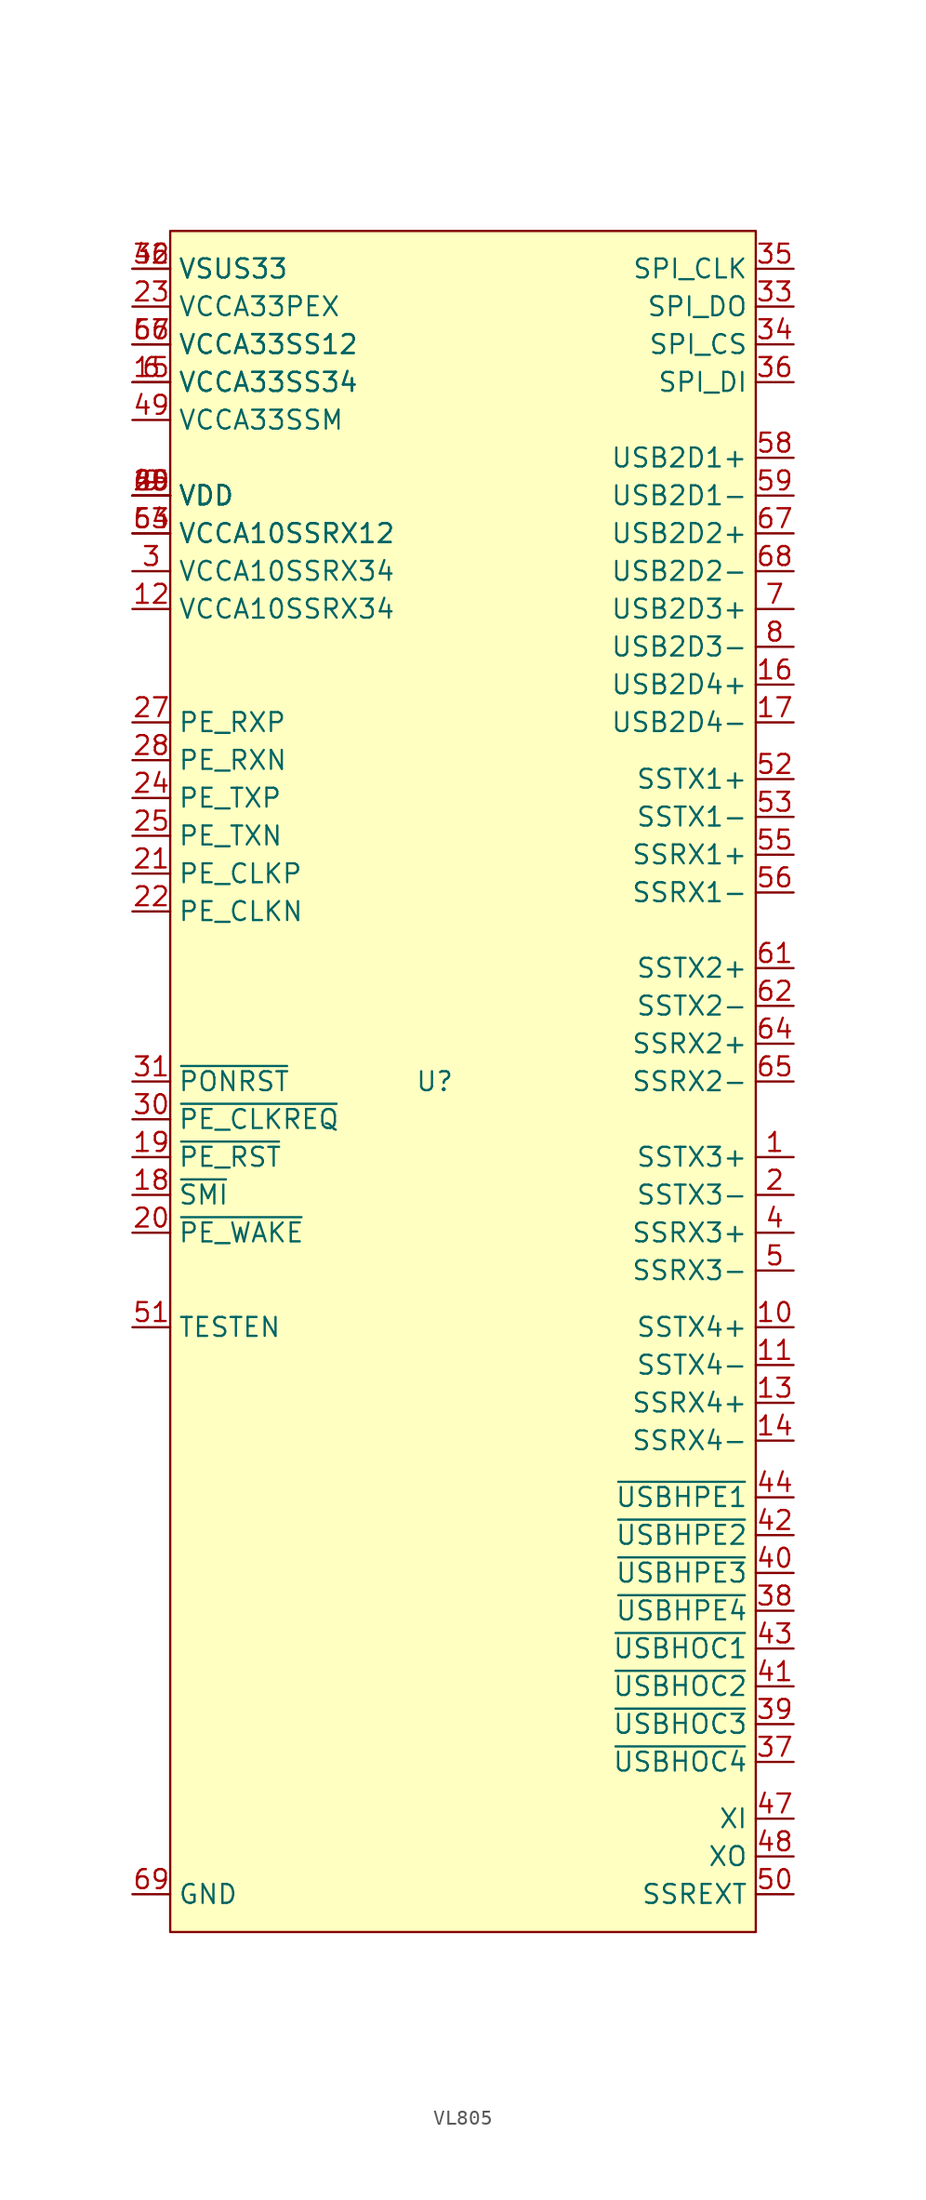
<source format=kicad_sym>
(kicad_symbol_lib
  (version 20231120)
  (generator "kicad_symbol_editor")
  (generator_version "8.0")
  (symbol "VL805"
    (property "Reference" "U"
      (at 0 0 0)
      (effects (font (size 1.27 1.27))))
    (property "Value" ""
      (at 0 0 0)
      (effects (font (size 1.27 1.27))))
    (symbol "VL805_1_1"
      (rectangle (start -17.78 57.15) (end 21.59 -57.15) (stroke (width 0.152) (type default)) (fill (type background)))
      (pin input line (at 24.13 -5.08 180) (length 2.54) (name "SSTX3+" (effects (font (size 1.27 1.27)))) (number "1" (effects (font (size 1.27 1.27)))))
      (pin input line (at 24.13 -16.51 180) (length 2.54) (name "SSTX4+" (effects (font (size 1.27 1.27)))) (number "10" (effects (font (size 1.27 1.27)))))
      (pin input line (at 24.13 -19.05 180) (length 2.54) (name "SSTX4-" (effects (font (size 1.27 1.27)))) (number "11" (effects (font (size 1.27 1.27)))))
      (pin input line (at -20.32 31.75 0) (length 2.54) (name "VCCA10SSRX34" (effects (font (size 1.27 1.27)))) (number "12" (effects (font (size 1.27 1.27)))))
      (pin input line (at 24.13 -21.59 180) (length 2.54) (name "SSRX4+" (effects (font (size 1.27 1.27)))) (number "13" (effects (font (size 1.27 1.27)))))
      (pin input line (at 24.13 -24.13 180) (length 2.54) (name "SSRX4-" (effects (font (size 1.27 1.27)))) (number "14" (effects (font (size 1.27 1.27)))))
      (pin input line (at -20.32 46.99 0) (length 2.54) (name "VCCA33SS34" (effects (font (size 1.27 1.27)))) (number "15" (effects (font (size 1.27 1.27)))))
      (pin input line (at 24.13 26.67 180) (length 2.54) (name "USB2D4+" (effects (font (size 1.27 1.27)))) (number "16" (effects (font (size 1.27 1.27)))))
      (pin input line (at 24.13 24.13 180) (length 2.54) (name "USB2D4-" (effects (font (size 1.27 1.27)))) (number "17" (effects (font (size 1.27 1.27)))))
      (pin input line (at -20.32 -7.62 0) (length 2.54) (name "~{SMI}" (effects (font (size 1.27 1.27)))) (number "18" (effects (font (size 1.27 1.27)))))
      (pin input line (at -20.32 -5.08 0) (length 2.54) (name "~{PE_RST}" (effects (font (size 1.27 1.27)))) (number "19" (effects (font (size 1.27 1.27)))))
      (pin input line (at 24.13 -7.62 180) (length 2.54) (name "SSTX3-" (effects (font (size 1.27 1.27)))) (number "2" (effects (font (size 1.27 1.27)))))
      (pin input line (at -20.32 -10.16 0) (length 2.54) (name "~{PE_WAKE}" (effects (font (size 1.27 1.27)))) (number "20" (effects (font (size 1.27 1.27)))))
      (pin input line (at -20.32 13.97 0) (length 2.54) (name "PE_CLKP" (effects (font (size 1.27 1.27)))) (number "21" (effects (font (size 1.27 1.27)))))
      (pin input line (at -20.32 11.43 0) (length 2.54) (name "PE_CLKN" (effects (font (size 1.27 1.27)))) (number "22" (effects (font (size 1.27 1.27)))))
      (pin input line (at -20.32 52.07 0) (length 2.54) (name "VCCA33PEX" (effects (font (size 1.27 1.27)))) (number "23" (effects (font (size 1.27 1.27)))))
      (pin input line (at -20.32 19.05 0) (length 2.54) (name "PE_TXP" (effects (font (size 1.27 1.27)))) (number "24" (effects (font (size 1.27 1.27)))))
      (pin input line (at -20.32 16.51 0) (length 2.54) (name "PE_TXN" (effects (font (size 1.27 1.27)))) (number "25" (effects (font (size 1.27 1.27)))))
      (pin input line (at -20.32 24.13 0) (length 2.54) (name "PE_RXP" (effects (font (size 1.27 1.27)))) (number "27" (effects (font (size 1.27 1.27)))))
      (pin input line (at -20.32 21.59 0) (length 2.54) (name "PE_RXN" (effects (font (size 1.27 1.27)))) (number "28" (effects (font (size 1.27 1.27)))))
      (pin input line (at -20.32 39.37 0) (length 2.54) (name "VDD" (effects (font (size 1.27 1.27)))) (number "29" (effects (font (size 1.27 1.27)))))
      (pin input line (at -20.32 34.29 0) (length 2.54) (name "VCCA10SSRX34" (effects (font (size 1.27 1.27)))) (number "3" (effects (font (size 1.27 1.27)))))
      (pin input line (at -20.32 -2.54 0) (length 2.54) (name "~{PE_CLKREQ}" (effects (font (size 1.27 1.27)))) (number "30" (effects (font (size 1.27 1.27)))))
      (pin input line (at -20.32 0 0) (length 2.54) (name "~{PONRST}" (effects (font (size 1.27 1.27)))) (number "31" (effects (font (size 1.27 1.27)))))
      (pin input line (at -20.32 54.61 0) (length 2.54) (name "VSUS33" (effects (font (size 1.27 1.27)))) (number "32" (effects (font (size 1.27 1.27)))))
      (pin input line (at 24.13 52.07 180) (length 2.54) (name "SPI_DO" (effects (font (size 1.27 1.27)))) (number "33" (effects (font (size 1.27 1.27)))))
      (pin input line (at 24.13 49.53 180) (length 2.54) (name "SPI_CS" (effects (font (size 1.27 1.27)))) (number "34" (effects (font (size 1.27 1.27)))))
      (pin input line (at 24.13 54.61 180) (length 2.54) (name "SPI_CLK" (effects (font (size 1.27 1.27)))) (number "35" (effects (font (size 1.27 1.27)))))
      (pin input line (at 24.13 46.99 180) (length 2.54) (name "SPI_DI" (effects (font (size 1.27 1.27)))) (number "36" (effects (font (size 1.27 1.27)))))
      (pin input line (at 24.13 -45.72 180) (length 2.54) (name "~{USBHOC4}" (effects (font (size 1.27 1.27)))) (number "37" (effects (font (size 1.27 1.27)))))
      (pin input line (at 24.13 -35.56 180) (length 2.54) (name "~{USBHPE4}" (effects (font (size 1.27 1.27)))) (number "38" (effects (font (size 1.27 1.27)))))
      (pin input line (at 24.13 -43.18 180) (length 2.54) (name "~{USBHOC3}" (effects (font (size 1.27 1.27)))) (number "39" (effects (font (size 1.27 1.27)))))
      (pin input line (at 24.13 -10.16 180) (length 2.54) (name "SSRX3+" (effects (font (size 1.27 1.27)))) (number "4" (effects (font (size 1.27 1.27)))))
      (pin input line (at 24.13 -33.02 180) (length 2.54) (name "~{USBHPE3}" (effects (font (size 1.27 1.27)))) (number "40" (effects (font (size 1.27 1.27)))))
      (pin input line (at 24.13 -40.64 180) (length 2.54) (name "~{USBHOC2}" (effects (font (size 1.27 1.27)))) (number "41" (effects (font (size 1.27 1.27)))))
      (pin input line (at 24.13 -30.48 180) (length 2.54) (name "~{USBHPE2}" (effects (font (size 1.27 1.27)))) (number "42" (effects (font (size 1.27 1.27)))))
      (pin input line (at 24.13 -38.1 180) (length 2.54) (name "~{USBHOC1}" (effects (font (size 1.27 1.27)))) (number "43" (effects (font (size 1.27 1.27)))))
      (pin input line (at 24.13 -27.94 180) (length 2.54) (name "~{USBHPE1}" (effects (font (size 1.27 1.27)))) (number "44" (effects (font (size 1.27 1.27)))))
      (pin input line (at -20.32 39.37 0) (length 2.54) (name "VDD" (effects (font (size 1.27 1.27)))) (number "45" (effects (font (size 1.27 1.27)))))
      (pin input line (at -20.32 54.61 0) (length 2.54) (name "VSUS33" (effects (font (size 1.27 1.27)))) (number "46" (effects (font (size 1.27 1.27)))))
      (pin input line (at 24.13 -49.53 180) (length 2.54) (name "XI" (effects (font (size 1.27 1.27)))) (number "47" (effects (font (size 1.27 1.27)))))
      (pin input line (at 24.13 -52.07 180) (length 2.54) (name "XO" (effects (font (size 1.27 1.27)))) (number "48" (effects (font (size 1.27 1.27)))))
      (pin input line (at -20.32 44.45 0) (length 2.54) (name "VCCA33SSM" (effects (font (size 1.27 1.27)))) (number "49" (effects (font (size 1.27 1.27)))))
      (pin input line (at 24.13 -12.7 180) (length 2.54) (name "SSRX3-" (effects (font (size 1.27 1.27)))) (number "5" (effects (font (size 1.27 1.27)))))
      (pin input line (at 24.13 -54.61 180) (length 2.54) (name "SSREXT" (effects (font (size 1.27 1.27)))) (number "50" (effects (font (size 1.27 1.27)))))
      (pin input line (at -20.32 -16.51 0) (length 2.54) (name "TESTEN" (effects (font (size 1.27 1.27)))) (number "51" (effects (font (size 1.27 1.27)))))
      (pin input line (at 24.13 20.32 180) (length 2.54) (name "SSTX1+" (effects (font (size 1.27 1.27)))) (number "52" (effects (font (size 1.27 1.27)))))
      (pin input line (at 24.13 17.78 180) (length 2.54) (name "SSTX1-" (effects (font (size 1.27 1.27)))) (number "53" (effects (font (size 1.27 1.27)))))
      (pin input line (at -20.32 36.83 0) (length 2.54) (name "VCCA10SSRX12" (effects (font (size 1.27 1.27)))) (number "54" (effects (font (size 1.27 1.27)))))
      (pin input line (at 24.13 15.24 180) (length 2.54) (name "SSRX1+" (effects (font (size 1.27 1.27)))) (number "55" (effects (font (size 1.27 1.27)))))
      (pin input line (at 24.13 12.7 180) (length 2.54) (name "SSRX1-" (effects (font (size 1.27 1.27)))) (number "56" (effects (font (size 1.27 1.27)))))
      (pin input line (at -20.32 49.53 0) (length 2.54) (name "VCCA33SS12" (effects (font (size 1.27 1.27)))) (number "57" (effects (font (size 1.27 1.27)))))
      (pin input line (at 24.13 41.91 180) (length 2.54) (name "USB2D1+" (effects (font (size 1.27 1.27)))) (number "58" (effects (font (size 1.27 1.27)))))
      (pin input line (at 24.13 39.37 180) (length 2.54) (name "USB2D1-" (effects (font (size 1.27 1.27)))) (number "59" (effects (font (size 1.27 1.27)))))
      (pin input line (at -20.32 46.99 0) (length 2.54) (name "VCCA33SS34" (effects (font (size 1.27 1.27)))) (number "6" (effects (font (size 1.27 1.27)))))
      (pin input line (at -20.32 39.37 0) (length 2.54) (name "VDD" (effects (font (size 1.27 1.27)))) (number "60" (effects (font (size 1.27 1.27)))))
      (pin input line (at 24.13 7.62 180) (length 2.54) (name "SSTX2+" (effects (font (size 1.27 1.27)))) (number "61" (effects (font (size 1.27 1.27)))))
      (pin input line (at 24.13 5.08 180) (length 2.54) (name "SSTX2-" (effects (font (size 1.27 1.27)))) (number "62" (effects (font (size 1.27 1.27)))))
      (pin input line (at -20.32 36.83 0) (length 2.54) (name "VCCA10SSRX12" (effects (font (size 1.27 1.27)))) (number "63" (effects (font (size 1.27 1.27)))))
      (pin input line (at 24.13 2.54 180) (length 2.54) (name "SSRX2+" (effects (font (size 1.27 1.27)))) (number "64" (effects (font (size 1.27 1.27)))))
      (pin input line (at 24.13 0 180) (length 2.54) (name "SSRX2-" (effects (font (size 1.27 1.27)))) (number "65" (effects (font (size 1.27 1.27)))))
      (pin input line (at -20.32 49.53 0) (length 2.54) (name "VCCA33SS12" (effects (font (size 1.27 1.27)))) (number "66" (effects (font (size 1.27 1.27)))))
      (pin input line (at 24.13 36.83 180) (length 2.54) (name "USB2D2+" (effects (font (size 1.27 1.27)))) (number "67" (effects (font (size 1.27 1.27)))))
      (pin input line (at 24.13 34.29 180) (length 2.54) (name "USB2D2-" (effects (font (size 1.27 1.27)))) (number "68" (effects (font (size 1.27 1.27)))))
      (pin input line (at -20.32 -54.61 0) (length 2.54) (name "GND" (effects (font (size 1.27 1.27)))) (number "69" (effects (font (size 1.27 1.27)))))
      (pin input line (at 24.13 31.75 180) (length 2.54) (name "USB2D3+" (effects (font (size 1.27 1.27)))) (number "7" (effects (font (size 1.27 1.27)))))
      (pin input line (at 24.13 29.21 180) (length 2.54) (name "USB2D3-" (effects (font (size 1.27 1.27)))) (number "8" (effects (font (size 1.27 1.27)))))
      (pin input line (at -20.32 39.37 0) (length 2.54) (name "VDD" (effects (font (size 1.27 1.27)))) (number "9" (effects (font (size 1.27 1.27))))))))
</source>
